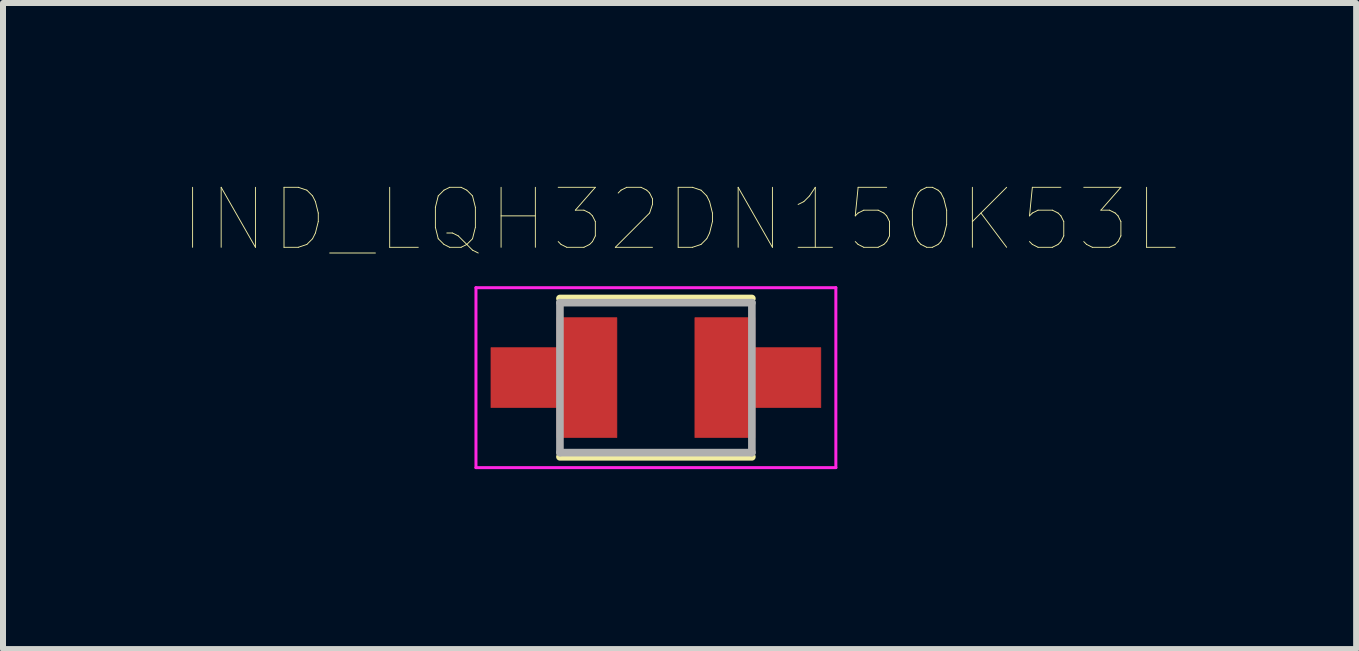
<source format=kicad_pcb>
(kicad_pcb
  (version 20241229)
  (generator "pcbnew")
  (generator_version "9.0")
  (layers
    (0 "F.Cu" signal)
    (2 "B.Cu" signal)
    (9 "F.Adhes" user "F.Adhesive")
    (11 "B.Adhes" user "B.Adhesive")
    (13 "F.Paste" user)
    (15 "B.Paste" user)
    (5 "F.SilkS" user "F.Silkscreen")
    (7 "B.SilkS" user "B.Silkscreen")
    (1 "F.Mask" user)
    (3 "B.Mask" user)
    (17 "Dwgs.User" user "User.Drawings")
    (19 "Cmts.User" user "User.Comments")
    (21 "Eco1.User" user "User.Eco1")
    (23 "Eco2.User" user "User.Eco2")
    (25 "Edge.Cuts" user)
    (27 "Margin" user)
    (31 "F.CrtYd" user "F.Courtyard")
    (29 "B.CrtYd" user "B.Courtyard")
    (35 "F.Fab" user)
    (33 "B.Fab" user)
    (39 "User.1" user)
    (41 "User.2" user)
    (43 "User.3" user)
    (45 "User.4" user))
  (footprint "IND_LQH32DN150K53L"
    (layer "F.Cu")
    (at 7.885 3.246)
    (property "Reference" "IND_LQH32DN150K53L" (at 0.395 -2.635 0) (layer "F.SilkS") (effects (font (size 1 1) (thickness 0.015))))
    (attr through_hole)
    (fp_poly (pts (xy -1.65 -0.5) (xy -1.65 -1) (xy -0.65 -1) (xy -0.65 1) (xy -1.65 1) (xy -1.65 0.5) (xy -2.75 0.5) (xy -2.75 -0.5)) (stroke (width 0.01) (type solid)) (fill yes) (layer "F.Cu"))
    (fp_poly (pts (xy 1.65 -0.5) (xy 1.65 -1) (xy 0.65 -1) (xy 0.65 1) (xy 1.65 1) (xy 1.65 0.5) (xy 2.75 0.5) (xy 2.75 -0.5)) (stroke (width 0.01) (type solid)) (fill yes) (layer "F.Cu"))
    (fp_poly (pts (xy -1.75 -0.6) (xy -1.75 -1.1) (xy -0.55 -1.1) (xy -0.55 1.1) (xy -1.75 1.1) (xy -1.75 0.6) (xy -2.85 0.6) (xy -2.85 -0.6)) (stroke (width 0.01) (type solid)) (fill yes) (layer "F.Mask"))
    (fp_poly (pts (xy 1.75 -0.6) (xy 1.75 -1.1) (xy 0.55 -1.1) (xy 0.55 1.1) (xy 1.75 1.1) (xy 1.75 0.6) (xy 2.85 0.6) (xy 2.85 -0.6)) (stroke (width 0.01) (type solid)) (fill yes) (layer "F.Mask"))
    (fp_line (start -1.6 -1.32) (end 1.6 -1.32) (stroke (width 0.127) (type solid)) (layer "F.SilkS"))
    (fp_line (start -1.6 1.32) (end 1.6 1.32) (stroke (width 0.127) (type solid)) (layer "F.SilkS"))
    (fp_poly (pts (xy -1.65 -0.5) (xy -1.65 -1) (xy -0.65 -1) (xy -0.65 1) (xy -1.65 1) (xy -1.65 0.5) (xy -2.75 0.5) (xy -2.75 -0.5)) (stroke (width 0.01) (type solid)) (fill yes) (layer "F.Paste"))
    (fp_poly (pts (xy 1.65 -0.5) (xy 1.65 -1) (xy 0.65 -1) (xy 0.65 1) (xy 1.65 1) (xy 1.65 0.5) (xy 2.75 0.5) (xy 2.75 -0.5)) (stroke (width 0.01) (type solid)) (fill yes) (layer "F.Paste"))
    (fp_line (start -3 -1.5) (end 3 -1.5) (stroke (width 0.05) (type solid)) (layer "F.CrtYd"))
    (fp_line (start -3 1.5) (end -3 -1.5) (stroke (width 0.05) (type solid)) (layer "F.CrtYd"))
    (fp_line (start 3 -1.5) (end 3 1.5) (stroke (width 0.05) (type solid)) (layer "F.CrtYd"))
    (fp_line (start 3 1.5) (end -3 1.5) (stroke (width 0.05) (type solid)) (layer "F.CrtYd"))
    (fp_line (start -1.6 -1.25) (end 1.6 -1.25) (stroke (width 0.127) (type solid)) (layer "F.Fab"))
    (fp_line (start -1.6 1.25) (end -1.6 -1.25) (stroke (width 0.127) (type solid)) (layer "F.Fab"))
    (fp_line (start 1.6 -1.25) (end 1.6 1.25) (stroke (width 0.127) (type solid)) (layer "F.Fab"))
    (fp_line (start 1.6 1.25) (end -1.6 1.25) (stroke (width 0.127) (type solid)) (layer "F.Fab"))
    (pad "1" smd rect (at -1.15 0) (size 0.9 0.9) (layers "F.Cu"))
    (pad "2" smd rect (at 1.15 0) (size 0.9 0.9) (layers "F.Cu")))
  (gr_rect
    (start -3 -3)
    (end 19.559 7.771)
    (stroke (width 0.1) (type default))
    (fill no)
    (layer "Edge.Cuts")))
</source>
